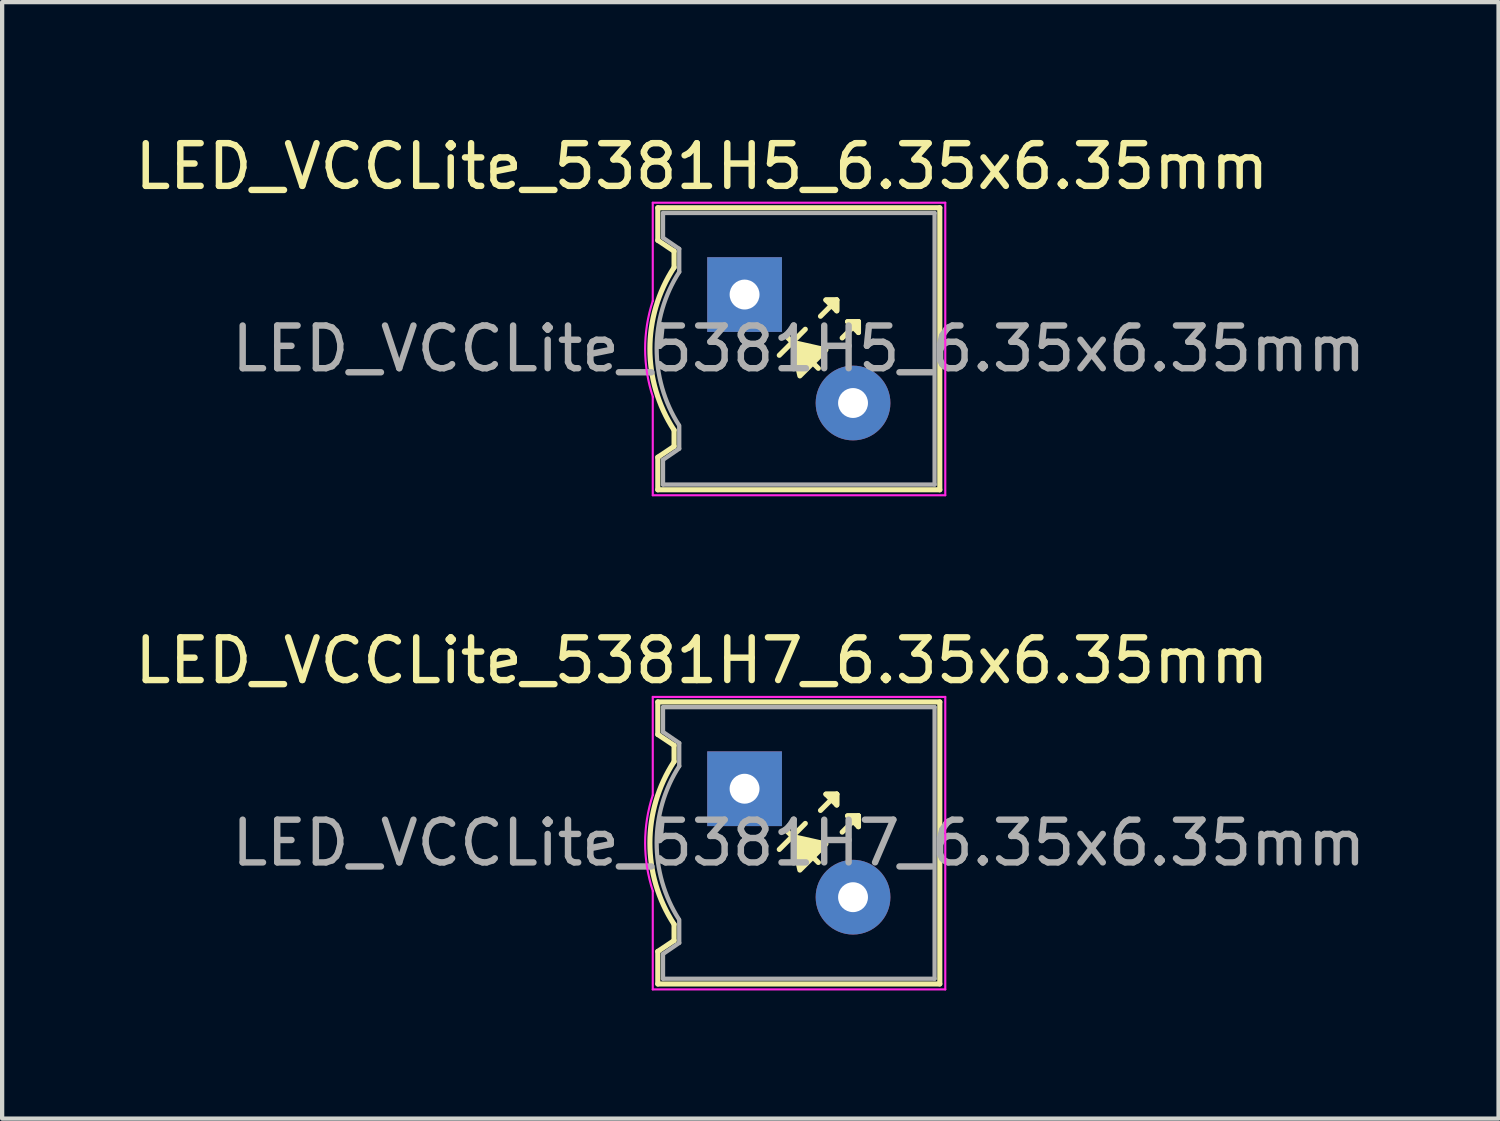
<source format=kicad_pcb>
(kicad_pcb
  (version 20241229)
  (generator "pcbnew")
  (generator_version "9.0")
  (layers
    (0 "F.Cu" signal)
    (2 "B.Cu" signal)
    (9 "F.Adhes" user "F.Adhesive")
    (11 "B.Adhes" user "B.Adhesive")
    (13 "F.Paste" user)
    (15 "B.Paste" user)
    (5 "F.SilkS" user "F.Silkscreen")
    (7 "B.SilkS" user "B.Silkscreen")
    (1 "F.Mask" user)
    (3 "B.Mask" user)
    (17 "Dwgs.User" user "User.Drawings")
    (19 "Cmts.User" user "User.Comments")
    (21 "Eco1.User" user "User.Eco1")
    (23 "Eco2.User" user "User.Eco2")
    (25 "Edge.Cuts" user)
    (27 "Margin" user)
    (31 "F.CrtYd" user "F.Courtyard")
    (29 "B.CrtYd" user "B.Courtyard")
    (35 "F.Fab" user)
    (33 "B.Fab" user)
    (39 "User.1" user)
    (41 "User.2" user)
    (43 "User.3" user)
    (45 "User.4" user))
  (footprint "LED_VCCLite_5381H7_6.35x6.35mm"
    (layer "F.Cu")
    (at 14.387 15.421)
    (property "Reference" "LED_VCCLite_5381H7_6.35x6.35mm" (at -1 -3 0) (layer "F.SilkS") (effects (font (size 1 1) (thickness 0.15))))
    (fp_line (start -2.032 -2.032) (end -2.032 -1.27) (stroke (width 0.12) (type solid)) (layer "F.SilkS"))
    (fp_line (start -2.032 -1.27) (end -1.651 -1.016) (stroke (width 0.12) (type solid)) (layer "F.SilkS"))
    (fp_line (start -2.032 4.572) (end -2.032 3.81) (stroke (width 0.12) (type solid)) (layer "F.SilkS"))
    (fp_line (start -1.651 -1.016) (end -1.651 -0.635) (stroke (width 0.12) (type solid)) (layer "F.SilkS"))
    (fp_line (start -1.651 3.556) (end -2.032 3.81) (stroke (width 0.12) (type solid)) (layer "F.SilkS"))
    (fp_line (start -1.651 3.556) (end -1.651 3.175) (stroke (width 0.12) (type solid)) (layer "F.SilkS"))
    (fp_line (start 1.016 1.016) (end 1.727 1.727) (stroke (width 0.12) (type solid)) (layer "F.SilkS"))
    (fp_line (start 1.118 1.118) (end 0.813 1.422) (stroke (width 0.12) (type solid)) (layer "F.SilkS"))
    (fp_line (start 1.118 1.118) (end 1.422 0.813) (stroke (width 0.12) (type solid)) (layer "F.SilkS"))
    (fp_line (start 1.778 0.508) (end 2.159 0.127) (stroke (width 0.12) (type solid)) (layer "F.SilkS"))
    (fp_line (start 2.159 0.127) (end 1.905 0.127) (stroke (width 0.12) (type solid)) (layer "F.SilkS"))
    (fp_line (start 2.159 0.127) (end 2.159 0.381) (stroke (width 0.12) (type solid)) (layer "F.SilkS"))
    (fp_line (start 2.286 1.016) (end 2.667 0.635) (stroke (width 0.12) (type solid)) (layer "F.SilkS"))
    (fp_line (start 2.667 0.635) (end 2.413 0.635) (stroke (width 0.12) (type solid)) (layer "F.SilkS"))
    (fp_line (start 2.667 0.635) (end 2.667 0.889) (stroke (width 0.12) (type solid)) (layer "F.SilkS"))
    (fp_line (start 4.572 -2.032) (end -2.032 -2.032) (stroke (width 0.12) (type solid)) (layer "F.SilkS"))
    (fp_line (start 4.572 4.572) (end -2.032 4.572) (stroke (width 0.12) (type solid)) (layer "F.SilkS"))
    (fp_line (start 4.572 4.572) (end 4.572 -2.032) (stroke (width 0.12) (type solid)) (layer "F.SilkS"))
    (fp_arc (start -1.651753 3.173843) (mid -2.2173 1.26931) (end -1.650999 -0.634999) (stroke (width 0.12) (type solid)) (layer "F.SilkS"))
    (fp_poly (pts (xy 1.905 1.295) (xy 1.295 1.905) (xy 1.118 1.118)) (stroke (width 0.12) (type solid)) (fill yes) (layer "F.SilkS"))
    (fp_poly (pts (xy 2.159 0.381) (xy 1.905 0.127) (xy 2.159 0.127)) (stroke (width 0.12) (type solid)) (fill yes) (layer "F.SilkS"))
    (fp_poly (pts (xy 2.667 0.889) (xy 2.413 0.635) (xy 2.667 0.635)) (stroke (width 0.12) (type solid)) (fill yes) (layer "F.SilkS"))
    (fp_line (start -2.15 -2.15) (end -2.15 0.15) (stroke (width 0.05) (type solid)) (layer "F.CrtYd"))
    (fp_line (start -2.15 -2.15) (end 4.7 -2.15) (stroke (width 0.05) (type solid)) (layer "F.CrtYd"))
    (fp_line (start -2.15 4.7) (end -2.15 2.4) (stroke (width 0.05) (type solid)) (layer "F.CrtYd"))
    (fp_line (start 4.7 -2.15) (end 4.7 4.7) (stroke (width 0.05) (type solid)) (layer "F.CrtYd"))
    (fp_line (start 4.7 4.7) (end -2.15 4.7) (stroke (width 0.05) (type solid)) (layer "F.CrtYd"))
    (fp_arc (start -2.147033 2.39902) (mid -2.328719 1.274748) (end -2.15 0.15) (stroke (width 0.05) (type solid)) (layer "F.CrtYd"))
    (fp_line (start -1.91 -1.91) (end -1.91 -1.33) (stroke (width 0.1) (type solid)) (layer "F.Fab"))
    (fp_line (start -1.91 -1.91) (end 4.45 -1.91) (stroke (width 0.1) (type solid)) (layer "F.Fab"))
    (fp_line (start -1.91 -1.33) (end -1.53 -1.07) (stroke (width 0.1) (type solid)) (layer "F.Fab"))
    (fp_line (start -1.91 3.87) (end -1.53 3.61) (stroke (width 0.1) (type solid)) (layer "F.Fab"))
    (fp_line (start -1.91 4.45) (end -1.91 3.87) (stroke (width 0.1) (type solid)) (layer "F.Fab"))
    (fp_line (start -1.53 -1.07) (end -1.53 -0.53) (stroke (width 0.1) (type solid)) (layer "F.Fab"))
    (fp_line (start -1.53 3.61) (end -1.53 3.07) (stroke (width 0.1) (type solid)) (layer "F.Fab"))
    (fp_line (start 4.45 -1.91) (end 4.45 4.45) (stroke (width 0.1) (type solid)) (layer "F.Fab"))
    (fp_line (start 4.45 4.45) (end -1.91 4.45) (stroke (width 0.1) (type solid)) (layer "F.Fab"))
    (fp_arc (start -1.538265 3.057078) (mid -2.058655 1.26233) (end -1.53 -0.53) (stroke (width 0.1) (type solid)) (layer "F.Fab"))
    (fp_text user "${REFERENCE}" (at 1.27 1.27 0) (layer "F.Fab") (effects (font (size 1 1) (thickness 0.15))))
    (pad "1" thru_hole rect (at 0 0 270) (size 1.75 1.75) (drill 0.7) (layers "*.Cu" "*.Mask"))
    (pad "2" thru_hole circle (at 2.54 2.54 270) (size 1.75 1.75) (drill 0.7) (layers "*.Cu" "*.Mask")))
  (footprint "LED_VCCLite_5381H5_6.35x6.35mm"
    (layer "F.Cu")
    (at 14.387 3.848)
    (property "Reference" "LED_VCCLite_5381H5_6.35x6.35mm" (at -1 -3 0) (layer "F.SilkS") (effects (font (size 1 1) (thickness 0.15))))
    (fp_line (start -2.032 -2.032) (end -2.032 -1.27) (stroke (width 0.12) (type solid)) (layer "F.SilkS"))
    (fp_line (start -2.032 -1.27) (end -1.651 -1.016) (stroke (width 0.12) (type solid)) (layer "F.SilkS"))
    (fp_line (start -2.032 4.572) (end -2.032 3.81) (stroke (width 0.12) (type solid)) (layer "F.SilkS"))
    (fp_line (start -1.651 -1.016) (end -1.651 -0.635) (stroke (width 0.12) (type solid)) (layer "F.SilkS"))
    (fp_line (start -1.651 3.556) (end -2.032 3.81) (stroke (width 0.12) (type solid)) (layer "F.SilkS"))
    (fp_line (start -1.651 3.556) (end -1.651 3.175) (stroke (width 0.12) (type solid)) (layer "F.SilkS"))
    (fp_line (start 1.016 1.016) (end 1.727 1.727) (stroke (width 0.12) (type solid)) (layer "F.SilkS"))
    (fp_line (start 1.118 1.118) (end 0.813 1.422) (stroke (width 0.12) (type solid)) (layer "F.SilkS"))
    (fp_line (start 1.118 1.118) (end 1.422 0.813) (stroke (width 0.12) (type solid)) (layer "F.SilkS"))
    (fp_line (start 1.778 0.508) (end 2.159 0.127) (stroke (width 0.12) (type solid)) (layer "F.SilkS"))
    (fp_line (start 2.159 0.127) (end 1.905 0.127) (stroke (width 0.12) (type solid)) (layer "F.SilkS"))
    (fp_line (start 2.159 0.127) (end 2.159 0.381) (stroke (width 0.12) (type solid)) (layer "F.SilkS"))
    (fp_line (start 2.286 1.016) (end 2.667 0.635) (stroke (width 0.12) (type solid)) (layer "F.SilkS"))
    (fp_line (start 2.667 0.635) (end 2.413 0.635) (stroke (width 0.12) (type solid)) (layer "F.SilkS"))
    (fp_line (start 2.667 0.635) (end 2.667 0.889) (stroke (width 0.12) (type solid)) (layer "F.SilkS"))
    (fp_line (start 4.572 -2.032) (end -2.032 -2.032) (stroke (width 0.12) (type solid)) (layer "F.SilkS"))
    (fp_line (start 4.572 4.572) (end -2.032 4.572) (stroke (width 0.12) (type solid)) (layer "F.SilkS"))
    (fp_line (start 4.572 4.572) (end 4.572 -2.032) (stroke (width 0.12) (type solid)) (layer "F.SilkS"))
    (fp_arc (start -1.651753 3.173843) (mid -2.2173 1.26931) (end -1.650999 -0.634999) (stroke (width 0.12) (type solid)) (layer "F.SilkS"))
    (fp_poly (pts (xy 1.905 1.295) (xy 1.295 1.905) (xy 1.118 1.118)) (stroke (width 0.12) (type solid)) (fill yes) (layer "F.SilkS"))
    (fp_poly (pts (xy 2.159 0.381) (xy 1.905 0.127) (xy 2.159 0.127)) (stroke (width 0.12) (type solid)) (fill yes) (layer "F.SilkS"))
    (fp_poly (pts (xy 2.667 0.889) (xy 2.413 0.635) (xy 2.667 0.635)) (stroke (width 0.12) (type solid)) (fill yes) (layer "F.SilkS"))
    (fp_line (start -2.15 -2.15) (end -2.15 0.15) (stroke (width 0.05) (type solid)) (layer "F.CrtYd"))
    (fp_line (start -2.15 -2.15) (end 4.7 -2.15) (stroke (width 0.05) (type solid)) (layer "F.CrtYd"))
    (fp_line (start -2.15 4.7) (end -2.15 2.4) (stroke (width 0.05) (type solid)) (layer "F.CrtYd"))
    (fp_line (start 4.7 -2.15) (end 4.7 4.7) (stroke (width 0.05) (type solid)) (layer "F.CrtYd"))
    (fp_line (start 4.7 4.7) (end -2.15 4.7) (stroke (width 0.05) (type solid)) (layer "F.CrtYd"))
    (fp_arc (start -2.147033 2.39902) (mid -2.328719 1.274748) (end -2.15 0.15) (stroke (width 0.05) (type solid)) (layer "F.CrtYd"))
    (fp_line (start -1.91 -1.91) (end -1.91 -1.33) (stroke (width 0.1) (type solid)) (layer "F.Fab"))
    (fp_line (start -1.91 -1.91) (end 4.45 -1.91) (stroke (width 0.1) (type solid)) (layer "F.Fab"))
    (fp_line (start -1.91 -1.33) (end -1.53 -1.07) (stroke (width 0.1) (type solid)) (layer "F.Fab"))
    (fp_line (start -1.91 3.87) (end -1.53 3.61) (stroke (width 0.1) (type solid)) (layer "F.Fab"))
    (fp_line (start -1.91 4.45) (end -1.91 3.87) (stroke (width 0.1) (type solid)) (layer "F.Fab"))
    (fp_line (start -1.53 -1.07) (end -1.53 -0.53) (stroke (width 0.1) (type solid)) (layer "F.Fab"))
    (fp_line (start -1.53 3.61) (end -1.53 3.07) (stroke (width 0.1) (type solid)) (layer "F.Fab"))
    (fp_line (start 4.45 -1.91) (end 4.45 4.45) (stroke (width 0.1) (type solid)) (layer "F.Fab"))
    (fp_line (start 4.45 4.45) (end -1.91 4.45) (stroke (width 0.1) (type solid)) (layer "F.Fab"))
    (fp_arc (start -1.538265 3.057078) (mid -2.058655 1.26233) (end -1.53 -0.53) (stroke (width 0.1) (type solid)) (layer "F.Fab"))
    (fp_text user "${REFERENCE}" (at 1.27 1.27 0) (layer "F.Fab") (effects (font (size 1 1) (thickness 0.15))))
    (pad "1" thru_hole rect (at 0 0 270) (size 1.75 1.75) (drill 0.7) (layers "*.Cu" "*.Mask"))
    (pad "2" thru_hole circle (at 2.54 2.54 270) (size 1.75 1.75) (drill 0.7) (layers "*.Cu" "*.Mask")))
  (gr_rect
    (start -3 -3)
    (end 32.044 23.146)
    (stroke (width 0.1) (type default))
    (fill no)
    (layer "Edge.Cuts")))
</source>
